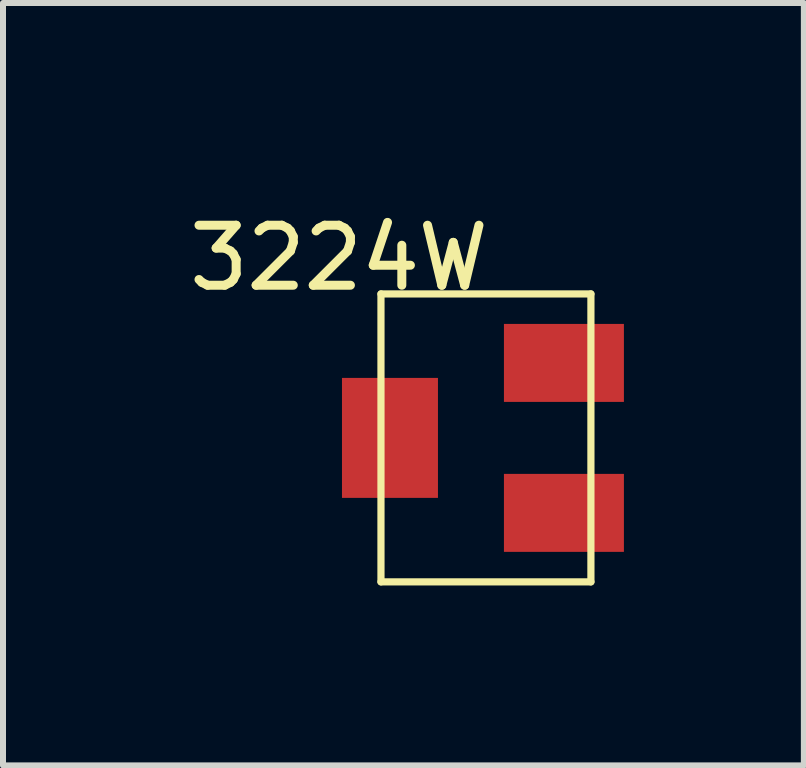
<source format=kicad_pcb>
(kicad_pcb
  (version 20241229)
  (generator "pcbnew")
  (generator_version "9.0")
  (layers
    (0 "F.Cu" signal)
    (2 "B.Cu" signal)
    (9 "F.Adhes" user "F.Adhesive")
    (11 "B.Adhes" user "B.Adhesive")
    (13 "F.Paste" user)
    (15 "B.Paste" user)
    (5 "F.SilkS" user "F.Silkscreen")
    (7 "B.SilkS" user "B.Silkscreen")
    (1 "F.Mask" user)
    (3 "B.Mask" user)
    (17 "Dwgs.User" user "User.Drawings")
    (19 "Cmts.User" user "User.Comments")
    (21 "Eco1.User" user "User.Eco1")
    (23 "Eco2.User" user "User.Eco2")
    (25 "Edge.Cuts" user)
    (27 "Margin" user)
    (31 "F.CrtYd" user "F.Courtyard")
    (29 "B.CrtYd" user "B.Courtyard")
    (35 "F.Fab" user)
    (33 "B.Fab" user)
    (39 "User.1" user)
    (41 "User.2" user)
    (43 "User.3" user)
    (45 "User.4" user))
  (footprint "3224W"
    (layer "F.Cu")
    (at 2.601 0.25)
    (property "Reference" "3224W" (at 0 1 0) (layer "F.SilkS") (effects (font (size 1 1) (thickness 0.15))))
    (attr through_hole)
    (fp_line (start 0.7 1.6) (end 4.2 1.6) (stroke (width 0.12) (type solid)) (layer "F.SilkS"))
    (fp_line (start 0.7 6.4) (end 0.7 1.6) (stroke (width 0.12) (type solid)) (layer "F.SilkS"))
    (fp_line (start 0.7 6.4) (end 4.2 6.4) (stroke (width 0.12) (type solid)) (layer "F.SilkS"))
    (fp_line (start 4.2 6.4) (end 4.2 1.6) (stroke (width 0.12) (type solid)) (layer "F.SilkS"))
    (pad "1" smd rect (at 3.75 2.75 90) (size 1.3 2) (layers "F.Cu" "F.Mask" "F.Paste"))
    (pad "2" smd rect (at 0.85 4 90) (size 2 1.6) (layers "F.Cu" "F.Mask" "F.Paste"))
    (pad "3" smd rect (at 3.75 5.25 90) (size 1.3 2) (layers "F.Cu" "F.Mask" "F.Paste")))
  (gr_rect
    (start -3 -3)
    (end 10.351 9.71)
    (stroke (width 0.1) (type default))
    (fill no)
    (layer "Edge.Cuts")))
</source>
